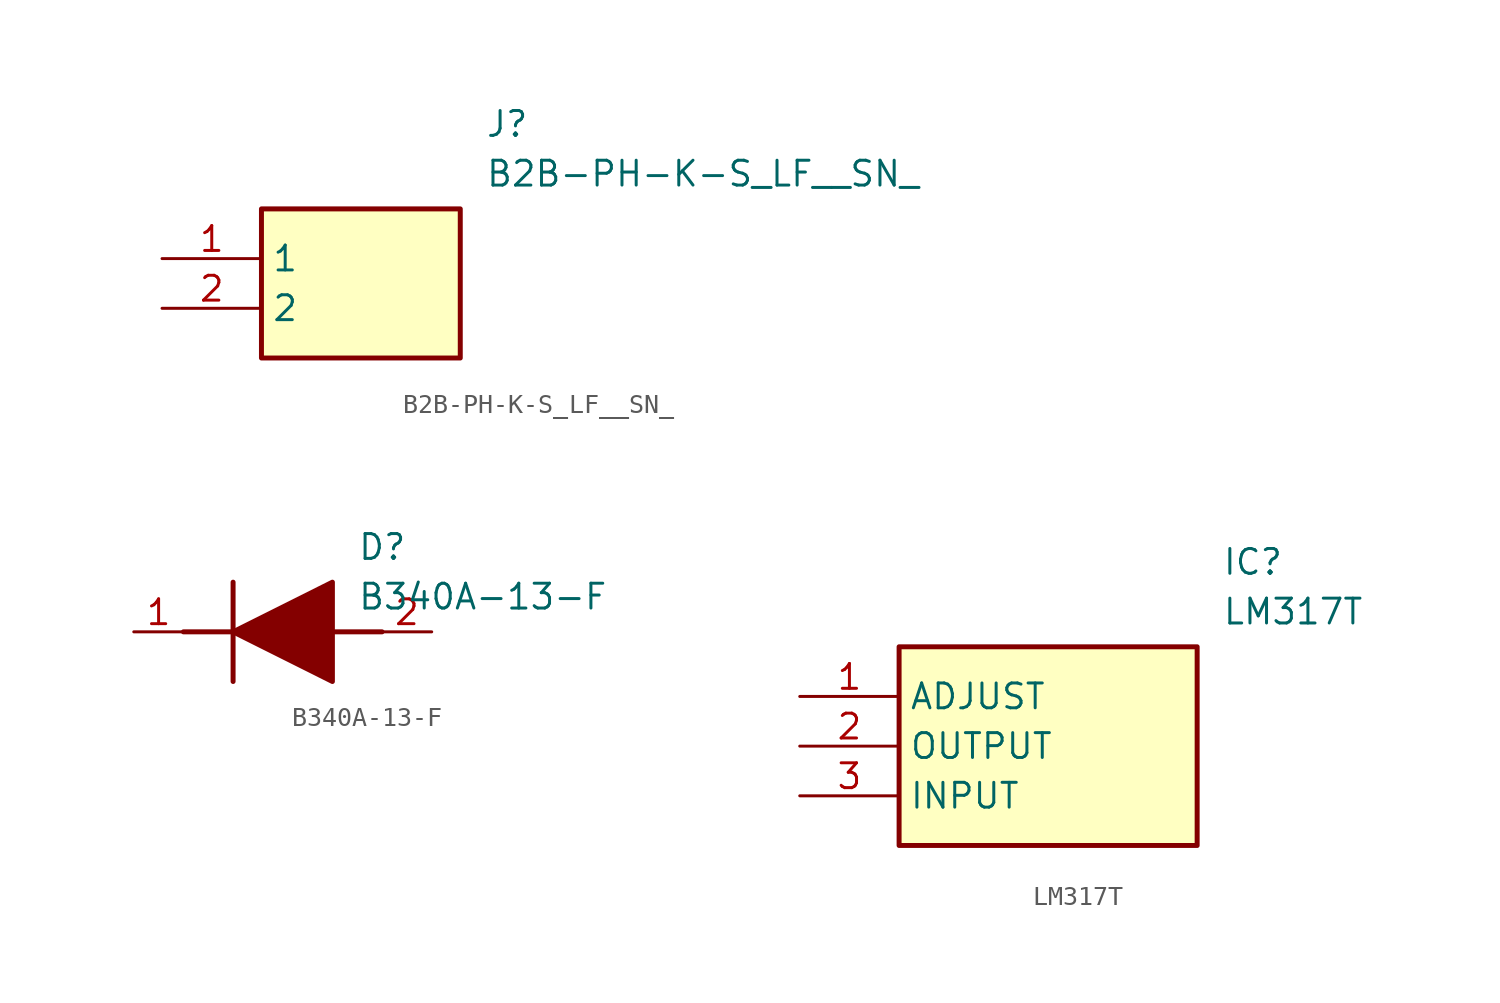
<source format=kicad_sym>
(kicad_symbol_lib
  (version 20241209)
  (generator "kicad_symbol_editor")
  (generator_version "9.0")
  (symbol "B2B-PH-K-S_LF__SN_"
    (property "Reference" "J"
      (at 16.51 7.62 0)
      (effects (font (size 1.27 1.27)) (justify left top)))
    (property "Value" "B2B-PH-K-S_LF__SN_"
      (at 16.51 5.08 0)
      (effects (font (size 1.27 1.27)) (justify left top)))
    (symbol "B2B-PH-K-S_LF__SN__1_1"
      (rectangle (start 5.08 2.54) (end 15.24 -5.08) (stroke (width 0.254) (type default)) (fill (type background)))
      (pin passive line (at 0 0 0) (length 5.08) (name "1" (effects (font (size 1.27 1.27)))) (number "1" (effects (font (size 1.27 1.27)))))
      (pin passive line (at 0 -2.54 0) (length 5.08) (name "2" (effects (font (size 1.27 1.27)))) (number "2" (effects (font (size 1.27 1.27)))))))
  (symbol "B340A-13-F"
    (pin_names hide)
    (property "Reference" "D"
      (at 11.43 5.08 0)
      (effects (font (size 1.27 1.27)) (justify left top)))
    (property "Value" "B340A-13-F"
      (at 11.43 2.54 0)
      (effects (font (size 1.27 1.27)) (justify left top)))
    (polyline
      (pts (xy 5.08 2.54) (xy 5.08 -2.54))
      (stroke (width 0.254) (type default))
      (fill (type none)))
    (polyline
      (pts (xy 2.54 0) (xy 5.08 0))
      (stroke (width 0.254) (type default))
      (fill (type none)))
    (polyline
      (pts (xy 10.16 0) (xy 12.7 0))
      (stroke (width 0.254) (type default))
      (fill (type none)))
    (polyline
      (pts (xy 5.08 0) (xy 10.16 2.54) (xy 10.16 -2.54) (xy 5.08 0))
      (stroke (width 0.254) (type default))
      (fill (type outline)))
    (pin passive line
      (at 0 0 0)
      (length 2.54)
      (name "K" (effects (font (size 1.27 1.27))))
      (number "1" (effects (font (size 1.27 1.27)))))
    (pin passive line
      (at 15.24 0 180)
      (length 2.54)
      (name "A" (effects (font (size 1.27 1.27))))
      (number "2" (effects (font (size 1.27 1.27))))))
  (symbol "LM317T"
    (property "Reference" "IC"
      (at 21.59 7.62 0)
      (effects (font (size 1.27 1.27)) (justify left top)))
    (property "Value" "LM317T"
      (at 21.59 5.08 0)
      (effects (font (size 1.27 1.27)) (justify left top)))
    (symbol "LM317T_1_1"
      (rectangle (start 5.08 2.54) (end 20.32 -7.62) (stroke (width 0.254) (type default)) (fill (type background)))
      (pin passive line (at 0 0 0) (length 5.08) (name "ADJUST" (effects (font (size 1.27 1.27)))) (number "1" (effects (font (size 1.27 1.27)))))
      (pin passive line (at 0 -2.54 0) (length 5.08) (name "OUTPUT" (effects (font (size 1.27 1.27)))) (number "2" (effects (font (size 1.27 1.27)))))
      (pin passive line (at 0 -5.08 0) (length 5.08) (name "INPUT" (effects (font (size 1.27 1.27)))) (number "3" (effects (font (size 1.27 1.27))))))))
</source>
